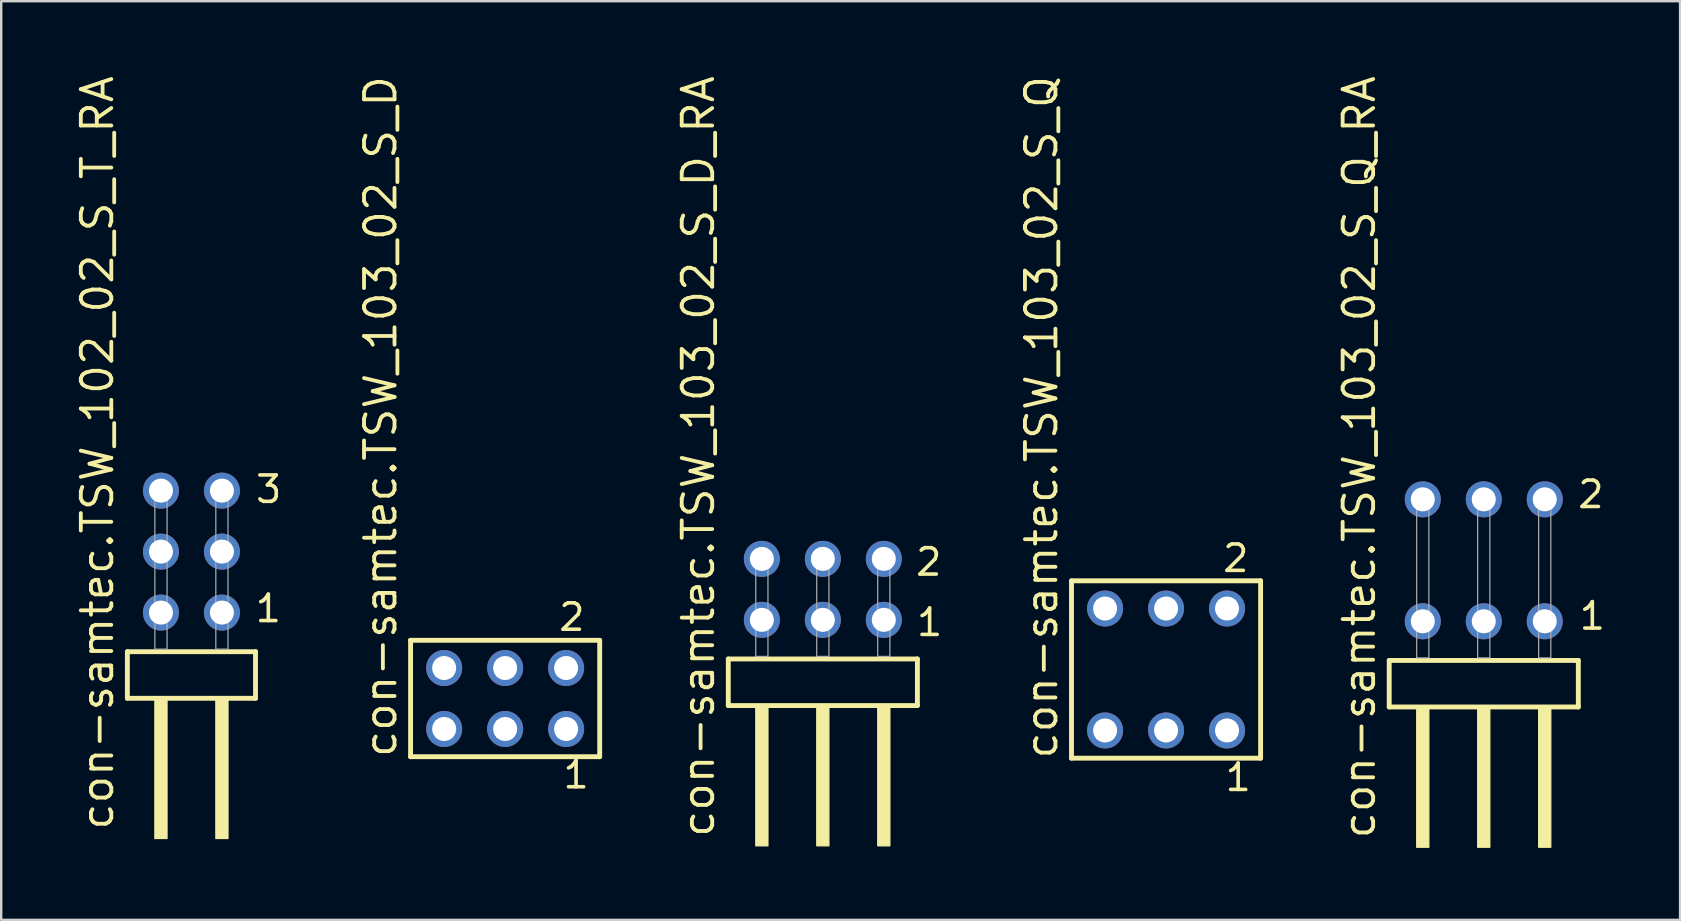
<source format=kicad_pcb>
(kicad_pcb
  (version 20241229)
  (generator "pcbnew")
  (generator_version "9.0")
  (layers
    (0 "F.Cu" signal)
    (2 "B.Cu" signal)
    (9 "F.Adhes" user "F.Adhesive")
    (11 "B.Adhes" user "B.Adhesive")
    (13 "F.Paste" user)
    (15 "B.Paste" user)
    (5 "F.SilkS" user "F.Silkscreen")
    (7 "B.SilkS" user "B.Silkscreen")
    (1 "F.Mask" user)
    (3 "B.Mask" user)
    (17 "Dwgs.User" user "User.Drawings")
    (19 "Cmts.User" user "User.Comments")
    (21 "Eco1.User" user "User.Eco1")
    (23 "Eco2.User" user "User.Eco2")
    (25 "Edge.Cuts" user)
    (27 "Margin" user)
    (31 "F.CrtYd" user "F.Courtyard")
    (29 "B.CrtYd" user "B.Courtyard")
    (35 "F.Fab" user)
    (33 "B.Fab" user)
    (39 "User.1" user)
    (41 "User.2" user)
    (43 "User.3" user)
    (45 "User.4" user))
  (footprint "con-samtec.TSW_103_02_S_D"
    (layer "F.Cu")
    (at 17.993 26.049)
    (property "Reference" "con-samtec.TSW_103_02_S_D" (at -4.445 2.54 90) (layer "F.SilkS") (effects (font (size 1.27 1.27) (thickness 0.16)) (justify left bottom)))
    (attr through_hole)
    (fp_line (start -3.939 -2.425) (end 3.939 -2.425) (stroke (width 0.203) (type default)) (layer "F.SilkS"))
    (fp_line (start -3.939 2.425) (end -3.939 -2.425) (stroke (width 0.203) (type default)) (layer "F.SilkS"))
    (fp_line (start 3.939 -2.425) (end 3.939 2.425) (stroke (width 0.203) (type default)) (layer "F.SilkS"))
    (fp_line (start 3.939 2.425) (end -3.939 2.425) (stroke (width 0.203) (type default)) (layer "F.SilkS"))
    (fp_rect (start -2.89 -0.92) (end -2.19 -1.62) (stroke (width 0.05) (type default)) (fill no) (layer "F.Fab"))
    (fp_rect (start -2.89 1.62) (end -2.19 0.92) (stroke (width 0.05) (type default)) (fill no) (layer "F.Fab"))
    (fp_rect (start -0.35 -0.92) (end 0.35 -1.62) (stroke (width 0.05) (type default)) (fill no) (layer "F.Fab"))
    (fp_rect (start -0.35 1.62) (end 0.35 0.92) (stroke (width 0.05) (type default)) (fill no) (layer "F.Fab"))
    (fp_rect (start 2.19 -0.92) (end 2.89 -1.62) (stroke (width 0.05) (type default)) (fill no) (layer "F.Fab"))
    (fp_rect (start 2.19 1.62) (end 2.89 0.92) (stroke (width 0.05) (type default)) (fill no) (layer "F.Fab"))
    (fp_text user "1" (at 2.332 3.818 0) (layer "F.SilkS") (effects (font (size 1.1 1.1) (thickness 0.15)) (justify left bottom)))
    (fp_text user "2" (at 2.157 -2.744 0) (layer "F.SilkS") (effects (font (size 1.1 1.1) (thickness 0.15)) (justify left bottom)))
    (pad "1" thru_hole circle (at 2.54 1.27 180) (size 1.5 1.5) (drill 1) (layers "*.Cu" "*.Mask"))
    (pad "2" thru_hole circle (at 2.54 -1.27 180) (size 1.5 1.5) (drill 1) (layers "*.Cu" "*.Mask"))
    (pad "3" thru_hole circle (at 0 1.27 180) (size 1.5 1.5) (drill 1) (layers "*.Cu" "*.Mask"))
    (pad "4" thru_hole circle (at 0 -1.27 180) (size 1.5 1.5) (drill 1) (layers "*.Cu" "*.Mask"))
    (pad "5" thru_hole circle (at -2.54 1.27 180) (size 1.5 1.5) (drill 1) (layers "*.Cu" "*.Mask"))
    (pad "6" thru_hole circle (at -2.54 -1.27 180) (size 1.5 1.5) (drill 1) (layers "*.Cu" "*.Mask")))
  (footprint "con-samtec.TSW_103_02_S_D_RA"
    (layer "F.Cu")
    (at 31.228 24.296)
    (property "Reference" "con-samtec.TSW_103_02_S_D_RA" (at -4.445 7.62 90) (layer "F.SilkS") (effects (font (size 1.27 1.27) (thickness 0.16)) (justify left bottom)))
    (attr through_hole)
    (fp_line (start -3.939 0.106) (end -3.939 2.046) (stroke (width 0.203) (type default)) (layer "F.SilkS"))
    (fp_line (start -3.939 2.046) (end 3.939 2.046) (stroke (width 0.203) (type default)) (layer "F.SilkS"))
    (fp_line (start 3.939 0.106) (end -3.939 0.106) (stroke (width 0.203) (type default)) (layer "F.SilkS"))
    (fp_line (start 3.939 2.046) (end 3.939 0.106) (stroke (width 0.203) (type default)) (layer "F.SilkS"))
    (fp_rect (start -2.794 7.89) (end -2.286 2.04) (stroke (width 0.05) (type default)) (fill yes) (layer "F.SilkS"))
    (fp_rect (start -0.254 7.89) (end 0.254 2.04) (stroke (width 0.05) (type default)) (fill yes) (layer "F.SilkS"))
    (fp_rect (start 2.286 7.89) (end 2.794 2.04) (stroke (width 0.05) (type default)) (fill yes) (layer "F.SilkS"))
    (fp_rect (start -2.794 0) (end -2.286 -4.318) (stroke (width 0.05) (type default)) (fill no) (layer "F.Fab"))
    (fp_rect (start -0.254 0) (end 0.254 -4.318) (stroke (width 0.05) (type default)) (fill no) (layer "F.Fab"))
    (fp_rect (start 2.286 0) (end 2.794 -4.318) (stroke (width 0.05) (type default)) (fill no) (layer "F.Fab"))
    (fp_text user "1" (at 3.825 -0.775 0) (layer "F.SilkS") (effects (font (size 1.1 1.1) (thickness 0.15)) (justify left bottom)))
    (fp_text user "2" (at 3.79 -3.29 0) (layer "F.SilkS") (effects (font (size 1.1 1.1) (thickness 0.15)) (justify left bottom)))
    (pad "1" thru_hole circle (at 2.54 -1.524 180) (size 1.5 1.5) (drill 1) (layers "*.Cu" "*.Mask"))
    (pad "2" thru_hole circle (at 2.54 -4.064 180) (size 1.5 1.5) (drill 1) (layers "*.Cu" "*.Mask"))
    (pad "3" thru_hole circle (at 0 -1.524 180) (size 1.5 1.5) (drill 1) (layers "*.Cu" "*.Mask"))
    (pad "4" thru_hole circle (at 0 -4.064 180) (size 1.5 1.5) (drill 1) (layers "*.Cu" "*.Mask"))
    (pad "5" thru_hole circle (at -2.54 -1.524 180) (size 1.5 1.5) (drill 1) (layers "*.Cu" "*.Mask"))
    (pad "6" thru_hole circle (at -2.54 -4.064 180) (size 1.5 1.5) (drill 1) (layers "*.Cu" "*.Mask")))
  (footprint "con-samtec.TSW_103_02_S_Q"
    (layer "F.Cu")
    (at 45.526 24.84)
    (property "Reference" "con-samtec.TSW_103_02_S_Q" (at -4.445 3.81 90) (layer "F.SilkS") (effects (font (size 1.27 1.27) (thickness 0.16)) (justify left bottom)))
    (attr through_hole)
    (fp_line (start -3.939 -3.695) (end 3.939 -3.695) (stroke (width 0.203) (type default)) (layer "F.SilkS"))
    (fp_line (start -3.939 3.695) (end -3.939 -3.695) (stroke (width 0.203) (type default)) (layer "F.SilkS"))
    (fp_line (start 3.939 -3.695) (end 3.939 3.695) (stroke (width 0.203) (type default)) (layer "F.SilkS"))
    (fp_line (start 3.939 3.695) (end -3.939 3.695) (stroke (width 0.203) (type default)) (layer "F.SilkS"))
    (fp_rect (start -2.89 -2.19) (end -2.19 -2.89) (stroke (width 0.05) (type default)) (fill no) (layer "F.Fab"))
    (fp_rect (start -2.89 2.89) (end -2.19 2.19) (stroke (width 0.05) (type default)) (fill no) (layer "F.Fab"))
    (fp_rect (start -0.35 -2.19) (end 0.35 -2.89) (stroke (width 0.05) (type default)) (fill no) (layer "F.Fab"))
    (fp_rect (start -0.35 2.89) (end 0.35 2.19) (stroke (width 0.05) (type default)) (fill no) (layer "F.Fab"))
    (fp_rect (start 2.19 -2.19) (end 2.89 -2.89) (stroke (width 0.05) (type default)) (fill no) (layer "F.Fab"))
    (fp_rect (start 2.19 2.89) (end 2.89 2.19) (stroke (width 0.05) (type default)) (fill no) (layer "F.Fab"))
    (fp_text user "1" (at 2.382 5.138 0) (layer "F.SilkS") (effects (font (size 1.1 1.1) (thickness 0.15)) (justify left bottom)))
    (fp_text user "2" (at 2.282 -3.989 0) (layer "F.SilkS") (effects (font (size 1.1 1.1) (thickness 0.15)) (justify left bottom)))
    (pad "1" thru_hole circle (at 2.54 2.54 180) (size 1.5 1.5) (drill 1) (layers "*.Cu" "*.Mask"))
    (pad "2" thru_hole circle (at 2.54 -2.54 180) (size 1.5 1.5) (drill 1) (layers "*.Cu" "*.Mask"))
    (pad "3" thru_hole circle (at 0 2.54 180) (size 1.5 1.5) (drill 1) (layers "*.Cu" "*.Mask"))
    (pad "4" thru_hole circle (at 0 -2.54 180) (size 1.5 1.5) (drill 1) (layers "*.Cu" "*.Mask"))
    (pad "5" thru_hole circle (at -2.54 2.54 180) (size 1.5 1.5) (drill 1) (layers "*.Cu" "*.Mask"))
    (pad "6" thru_hole circle (at -2.54 -2.54 180) (size 1.5 1.5) (drill 1) (layers "*.Cu" "*.Mask")))
  (footprint "con-samtec.TSW_103_02_S_Q_RA"
    (layer "F.Cu")
    (at 58.761 24.356)
    (property "Reference" "con-samtec.TSW_103_02_S_Q_RA" (at -4.445 7.62 90) (layer "F.SilkS") (effects (font (size 1.27 1.27) (thickness 0.16)) (justify left bottom)))
    (attr through_hole)
    (fp_line (start -3.939 0.106) (end -3.939 2.046) (stroke (width 0.203) (type default)) (layer "F.SilkS"))
    (fp_line (start -3.939 2.046) (end 3.939 2.046) (stroke (width 0.203) (type default)) (layer "F.SilkS"))
    (fp_line (start 3.939 0.106) (end -3.939 0.106) (stroke (width 0.203) (type default)) (layer "F.SilkS"))
    (fp_line (start 3.939 2.046) (end 3.939 0.106) (stroke (width 0.203) (type default)) (layer "F.SilkS"))
    (fp_rect (start -2.794 7.89) (end -2.286 2.04) (stroke (width 0.05) (type default)) (fill yes) (layer "F.SilkS"))
    (fp_rect (start -0.254 7.89) (end 0.254 2.04) (stroke (width 0.05) (type default)) (fill yes) (layer "F.SilkS"))
    (fp_rect (start 2.286 7.89) (end 2.794 2.04) (stroke (width 0.05) (type default)) (fill yes) (layer "F.SilkS"))
    (fp_rect (start -2.794 0) (end -2.286 -6.858) (stroke (width 0.05) (type default)) (fill no) (layer "F.Fab"))
    (fp_rect (start -0.254 0) (end 0.254 -6.858) (stroke (width 0.05) (type default)) (fill no) (layer "F.Fab"))
    (fp_rect (start 2.286 0) (end 2.794 -6.858) (stroke (width 0.05) (type default)) (fill no) (layer "F.Fab"))
    (fp_text user "2" (at 3.84 -6.165 0) (layer "F.SilkS") (effects (font (size 1.1 1.1) (thickness 0.15)) (justify left bottom)))
    (fp_text user "1" (at 3.9 -1.1 0) (layer "F.SilkS") (effects (font (size 1.1 1.1) (thickness 0.15)) (justify left bottom)))
    (pad "1" thru_hole circle (at 2.54 -1.524 180) (size 1.5 1.5) (drill 1) (layers "*.Cu" "*.Mask"))
    (pad "2" thru_hole circle (at 2.54 -6.604 180) (size 1.5 1.5) (drill 1) (layers "*.Cu" "*.Mask"))
    (pad "3" thru_hole circle (at 0 -1.524 180) (size 1.5 1.5) (drill 1) (layers "*.Cu" "*.Mask"))
    (pad "4" thru_hole circle (at 0 -6.604 180) (size 1.5 1.5) (drill 1) (layers "*.Cu" "*.Mask"))
    (pad "5" thru_hole circle (at -2.54 -1.524 180) (size 1.5 1.5) (drill 1) (layers "*.Cu" "*.Mask"))
    (pad "6" thru_hole circle (at -2.54 -6.604 180) (size 1.5 1.5) (drill 1) (layers "*.Cu" "*.Mask")))
  (footprint "con-samtec.TSW_102_02_S_T_RA"
    (layer "F.Cu")
    (at 4.925 23.993)
    (property "Reference" "con-samtec.TSW_102_02_S_T_RA" (at -3.175 7.62 90) (layer "F.SilkS") (effects (font (size 1.27 1.27) (thickness 0.16)) (justify left bottom)))
    (attr through_hole)
    (fp_line (start -2.669 0.106) (end -2.669 2.046) (stroke (width 0.203) (type default)) (layer "F.SilkS"))
    (fp_line (start -2.669 2.046) (end 2.669 2.046) (stroke (width 0.203) (type default)) (layer "F.SilkS"))
    (fp_line (start 2.669 0.106) (end -2.669 0.106) (stroke (width 0.203) (type default)) (layer "F.SilkS"))
    (fp_line (start 2.669 2.046) (end 2.669 0.106) (stroke (width 0.203) (type default)) (layer "F.SilkS"))
    (fp_rect (start -1.524 7.89) (end -1.016 2.04) (stroke (width 0.05) (type default)) (fill yes) (layer "F.SilkS"))
    (fp_rect (start 1.016 7.89) (end 1.524 2.04) (stroke (width 0.05) (type default)) (fill yes) (layer "F.SilkS"))
    (fp_rect (start -1.524 0) (end -1.016 -6.858) (stroke (width 0.05) (type default)) (fill no) (layer "F.Fab"))
    (fp_rect (start 1.016 0) (end 1.524 -6.858) (stroke (width 0.05) (type default)) (fill no) (layer "F.Fab"))
    (fp_text user "3" (at 2.595 -6.015 0) (layer "F.SilkS") (effects (font (size 1.1 1.1) (thickness 0.15)) (justify left bottom)))
    (fp_text user "1" (at 2.58 -1.05 0) (layer "F.SilkS") (effects (font (size 1.1 1.1) (thickness 0.15)) (justify left bottom)))
    (pad "1" thru_hole circle (at 1.27 -1.524 180) (size 1.5 1.5) (drill 1) (layers "*.Cu" "*.Mask"))
    (pad "2" thru_hole circle (at 1.27 -4.064 180) (size 1.5 1.5) (drill 1) (layers "*.Cu" "*.Mask"))
    (pad "3" thru_hole circle (at 1.27 -6.604 180) (size 1.5 1.5) (drill 1) (layers "*.Cu" "*.Mask"))
    (pad "4" thru_hole circle (at -1.27 -1.524 180) (size 1.5 1.5) (drill 1) (layers "*.Cu" "*.Mask"))
    (pad "5" thru_hole circle (at -1.27 -4.064 180) (size 1.5 1.5) (drill 1) (layers "*.Cu" "*.Mask"))
    (pad "6" thru_hole circle (at -1.27 -6.604 180) (size 1.5 1.5) (drill 1) (layers "*.Cu" "*.Mask")))
  (gr_rect
    (start -3 -3)
    (end 66.939 35.271)
    (stroke (width 0.1) (type default))
    (fill no)
    (layer "Edge.Cuts")))
</source>
